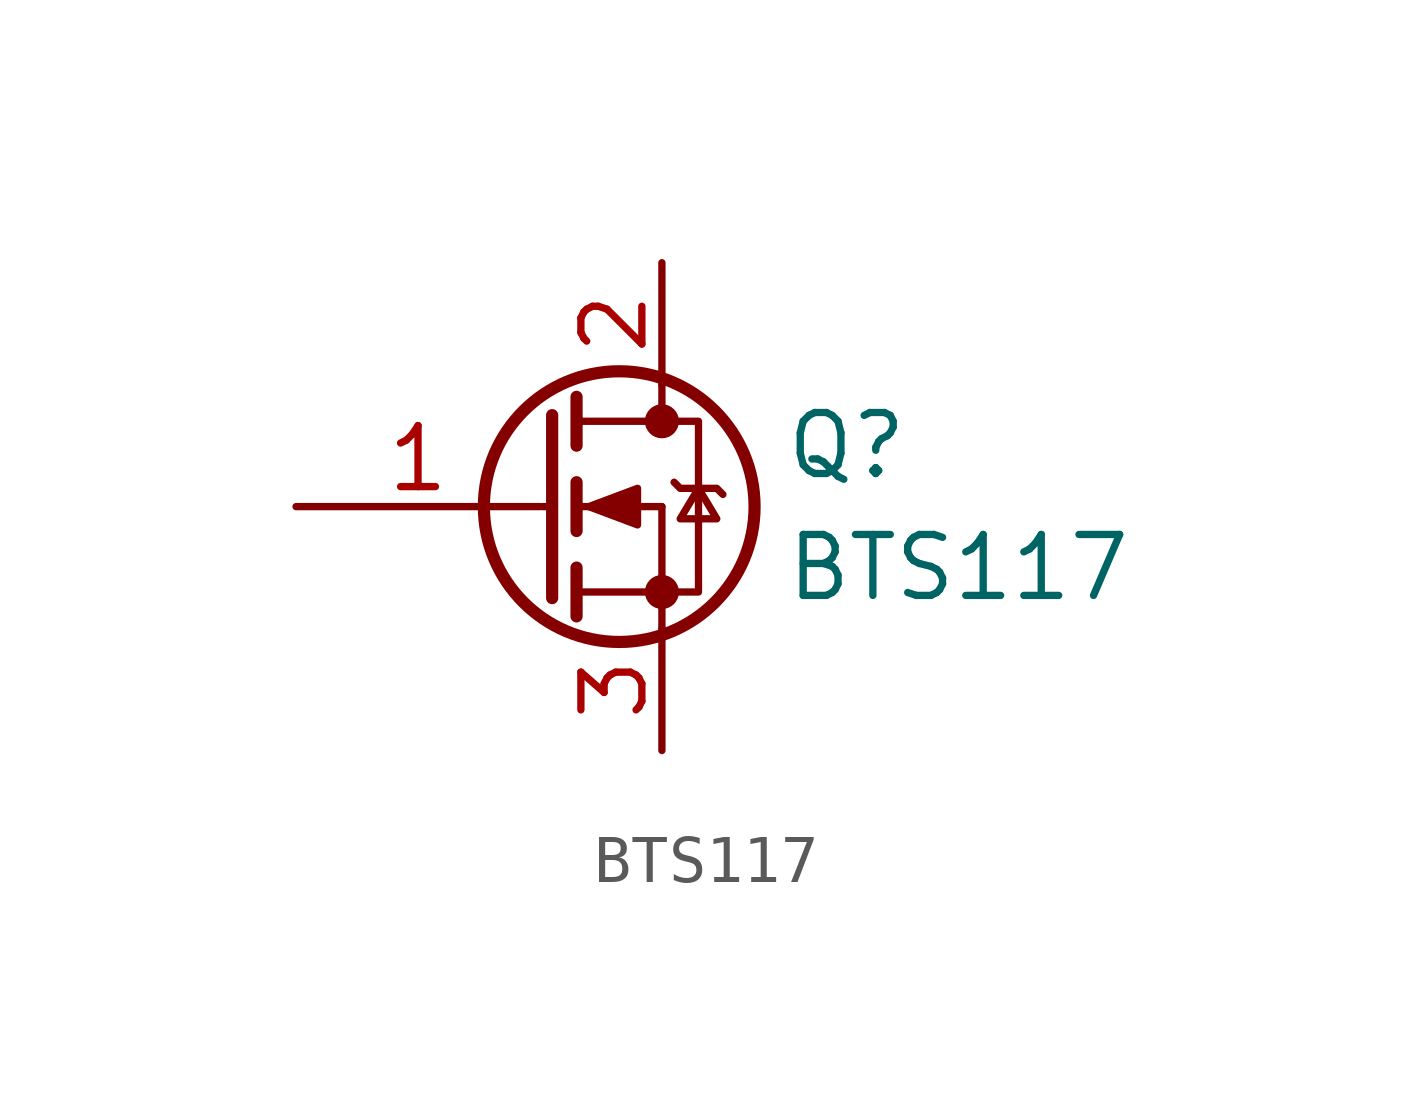
<source format=kicad_sym>
(kicad_symbol_lib
  (version 20231120)
  (generator "kicad_symbol_editor")
  (generator_version "8.0")
  (symbol "BTS117"
    (pin_names
      (offset 0) hide)
    (property "Reference" "Q"
      (at 5.08 1.27 0)
      (effects (font (size 1.27 1.27)) (justify left)))
    (property "Value" "BTS117"
      (at 5.08 -1.27 0)
      (effects (font (size 1.27 1.27)) (justify left)))
    (symbol "BTS117_0_1"
      (polyline (pts (xy 0.051 0) (xy 0.254 0)) (stroke (width 0) (type solid)) (fill (type none)))
      (polyline (pts (xy 0.762 -1.778) (xy 2.54 -1.778)) (stroke (width 0) (type solid)) (fill (type none)))
      (polyline (pts (xy 0.762 -1.27) (xy 0.762 -2.286)) (stroke (width 0.254) (type solid)) (fill (type none)))
      (polyline (pts (xy 0.762 0) (xy 2.54 0)) (stroke (width 0) (type solid)) (fill (type none)))
      (polyline (pts (xy 0.762 0.508) (xy 0.762 -0.508)) (stroke (width 0.254) (type solid)) (fill (type none)))
      (polyline (pts (xy 0.762 1.778) (xy 2.54 1.778)) (stroke (width 0) (type solid)) (fill (type none)))
      (polyline (pts (xy 0.762 2.286) (xy 0.762 1.27)) (stroke (width 0.254) (type solid)) (fill (type none)))
      (polyline (pts (xy 2.54 -1.778) (xy 2.54 -2.54)) (stroke (width 0) (type solid)) (fill (type none)))
      (polyline (pts (xy 2.54 -1.778) (xy 2.54 0)) (stroke (width 0) (type solid)) (fill (type none)))
      (polyline (pts (xy 2.54 2.54) (xy 2.54 1.778)) (stroke (width 0) (type solid)) (fill (type none)))
      (polyline (pts (xy 0.254 1.905) (xy 0.254 -1.905) (xy 0.254 -1.905)) (stroke (width 0.254) (type solid)) (fill (type none)))
      (polyline (pts (xy 1.016 0) (xy 2.032 0.381) (xy 2.032 -0.381) (xy 1.016 0)) (stroke (width 0) (type solid)) (fill (type outline)))
      (polyline (pts (xy 2.54 -1.778) (xy 3.302 -1.778) (xy 3.302 1.778) (xy 2.54 1.778)) (stroke (width 0) (type solid)) (fill (type none)))
      (polyline (pts (xy 2.794 0.508) (xy 2.921 0.381) (xy 3.683 0.381) (xy 3.81 0.254)) (stroke (width 0) (type solid)) (fill (type none)))
      (polyline (pts (xy 3.302 0.381) (xy 2.921 -0.254) (xy 3.683 -0.254) (xy 3.302 0.381)) (stroke (width 0) (type solid)) (fill (type none)))
      (circle (center 1.651 0) (radius 2.819) (stroke (width 0.254) (type solid)) (fill (type none)))
      (circle (center 2.54 -1.778) (radius 0.279) (stroke (width 0) (type solid)) (fill (type outline)))
      (circle (center 2.54 1.778) (radius 0.279) (stroke (width 0) (type solid)) (fill (type outline))))
    (symbol "BTS117_1_1"
      (pin input line (at -5.08 0 0) (length 5.08) (name "G" (effects (font (size 1.27 1.27)))) (number "1" (effects (font (size 1.27 1.27)))))
      (pin passive line (at 2.54 5.08 270) (length 2.54) (name "D" (effects (font (size 1.27 1.27)))) (number "2" (effects (font (size 1.27 1.27)))))
      (pin passive line (at 2.54 -5.08 90) (length 2.54) (name "S" (effects (font (size 1.27 1.27)))) (number "3" (effects (font (size 1.27 1.27))))))))
</source>
